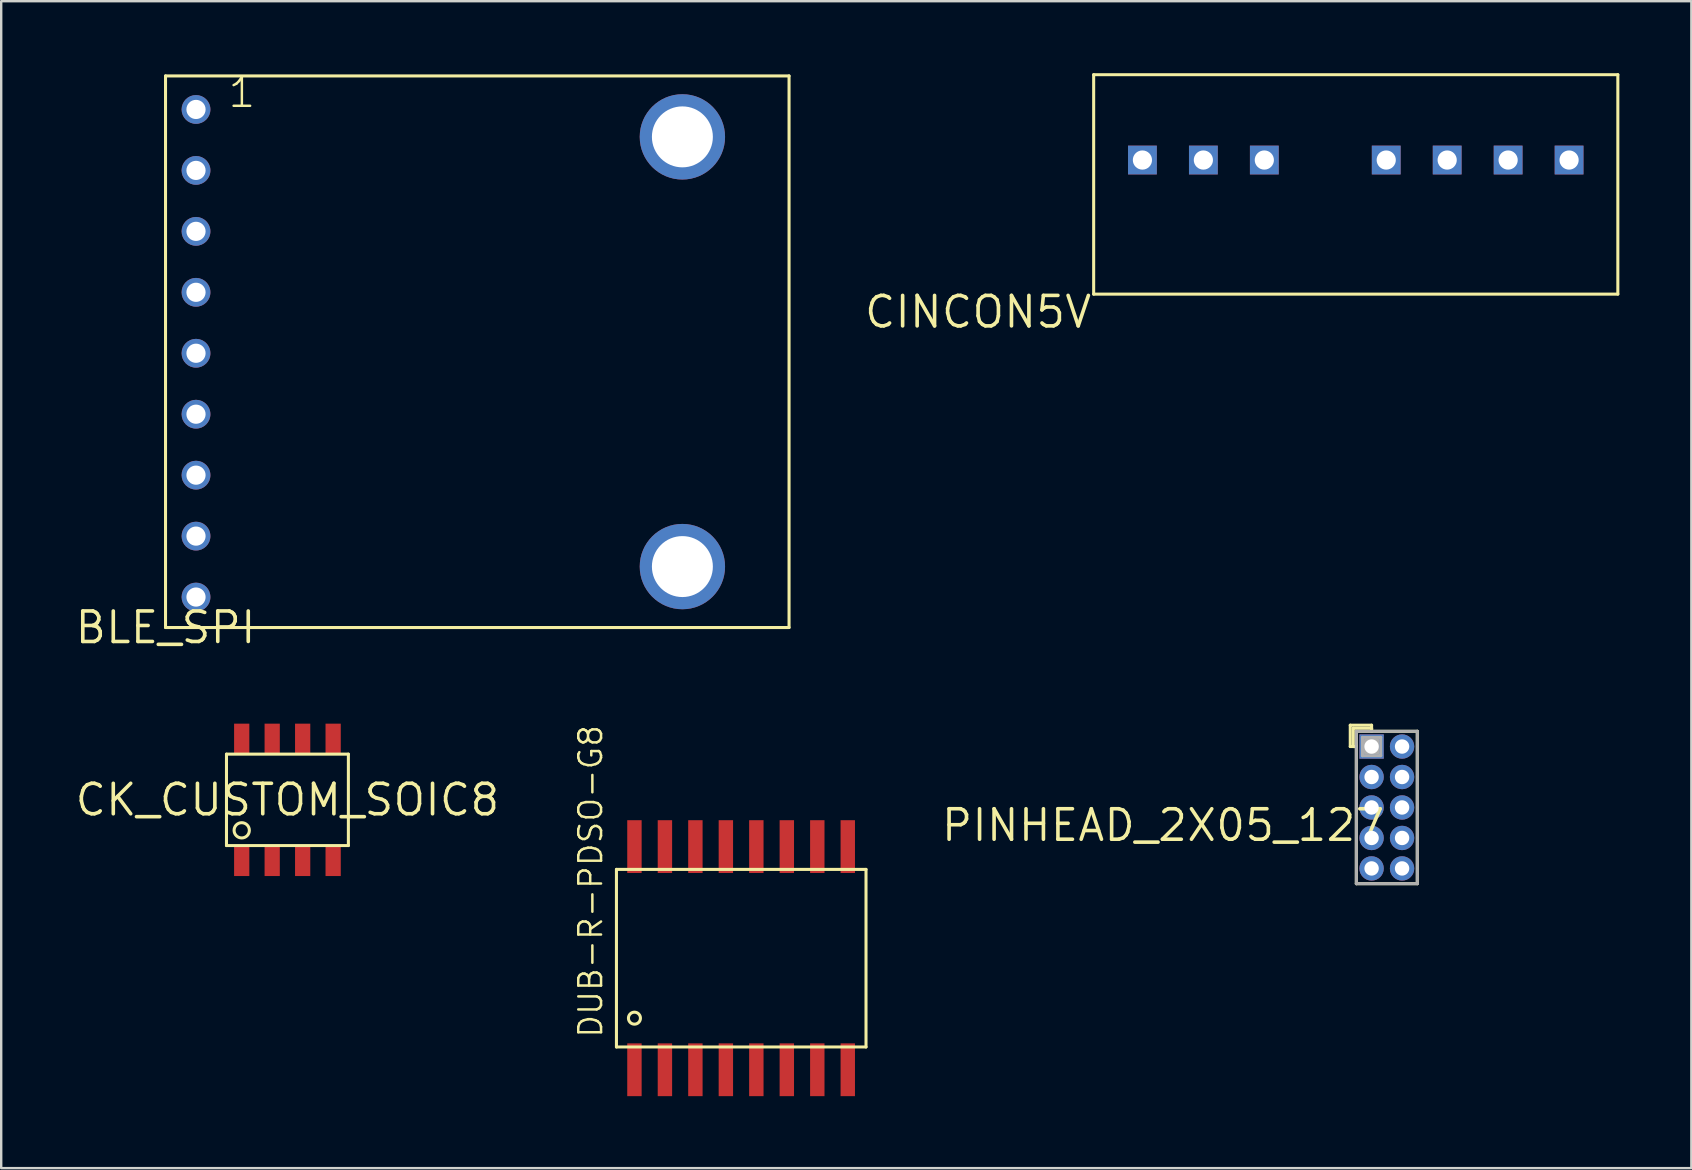
<source format=kicad_pcb>
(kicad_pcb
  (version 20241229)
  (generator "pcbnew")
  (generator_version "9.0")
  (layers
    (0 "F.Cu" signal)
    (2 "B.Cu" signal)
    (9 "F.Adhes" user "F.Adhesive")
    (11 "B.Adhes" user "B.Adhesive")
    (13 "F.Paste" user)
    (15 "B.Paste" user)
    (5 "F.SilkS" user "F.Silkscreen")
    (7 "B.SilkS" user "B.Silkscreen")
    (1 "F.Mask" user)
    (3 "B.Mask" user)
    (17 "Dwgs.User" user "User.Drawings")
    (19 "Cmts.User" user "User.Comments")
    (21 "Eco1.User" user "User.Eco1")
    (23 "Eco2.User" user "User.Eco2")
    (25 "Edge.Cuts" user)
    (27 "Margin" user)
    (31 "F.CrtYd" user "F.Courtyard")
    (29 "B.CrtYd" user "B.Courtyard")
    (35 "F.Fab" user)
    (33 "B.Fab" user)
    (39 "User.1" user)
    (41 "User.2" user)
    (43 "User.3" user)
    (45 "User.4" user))
  (footprint "CINCON5V"
    (layer "F.Cu")
    (at 42.526 9.207)
    (property "Reference" "CINCON5V" (at 0 0 0) (layer "F.SilkS") (effects (font (size 1.27 1.27) (thickness 0.15)) (justify right top)))
    (attr through_hole)
    (fp_line (start 0 -9.144) (end 0 0) (stroke (width 0.127) (type solid)) (layer "F.SilkS"))
    (fp_line (start 0 0) (end 21.844 0) (stroke (width 0.127) (type solid)) (layer "F.SilkS"))
    (fp_line (start 21.844 -9.144) (end 0 -9.144) (stroke (width 0.127) (type solid)) (layer "F.SilkS"))
    (fp_line (start 21.844 0) (end 21.844 -9.144) (stroke (width 0.127) (type solid)) (layer "F.SilkS"))
    (pad "P$1" thru_hole rect (at 2.032 -5.588) (size 1.2 1.2) (drill 0.8) (layers "*.Cu" "*.Mask"))
    (pad "P$2" thru_hole rect (at 4.572 -5.588) (size 1.2 1.2) (drill 0.8) (layers "*.Cu" "*.Mask"))
    (pad "P$3" thru_hole rect (at 7.112 -5.588) (size 1.2 1.2) (drill 0.8) (layers "*.Cu" "*.Mask"))
    (pad "P$4" thru_hole rect (at 12.192 -5.588) (size 1.2 1.2) (drill 0.8) (layers "*.Cu" "*.Mask"))
    (pad "P$5" thru_hole rect (at 14.732 -5.588) (size 1.2 1.2) (drill 0.8) (layers "*.Cu" "*.Mask"))
    (pad "P$6" thru_hole rect (at 17.272 -5.588) (size 1.2 1.2) (drill 0.8) (layers "*.Cu" "*.Mask"))
    (pad "P$7" thru_hole rect (at 19.812 -5.588) (size 1.2 1.2) (drill 0.8) (layers "*.Cu" "*.Mask")))
  (footprint "CK_CUSTOM_SOIC8"
    (layer "F.Cu")
    (at 8.928 30.282)
    (property "Reference" "CK_CUSTOM_SOIC8" (at 0 0 0) (layer "F.SilkS") (effects (font (size 1.27 1.27) (thickness 0.15))))
    (attr through_hole)
    (fp_line (start -2.54 -1.905) (end -2.54 1.905) (stroke (width 0.127) (type solid)) (layer "F.SilkS"))
    (fp_line (start -2.54 1.905) (end 2.54 1.905) (stroke (width 0.127) (type solid)) (layer "F.SilkS"))
    (fp_line (start 2.54 -1.905) (end -2.54 -1.905) (stroke (width 0.127) (type solid)) (layer "F.SilkS"))
    (fp_line (start 2.54 1.905) (end 2.54 -1.905) (stroke (width 0.127) (type solid)) (layer "F.SilkS"))
    (fp_circle (center -1.905 1.27) (end -1.587 1.27) (stroke (width 0.127) (type solid)) (fill no) (layer "F.SilkS"))
    (pad "PIN1" smd rect (at -1.905 2.54 90) (size 1.27 0.635) (layers "F.Cu" "F.Mask" "F.Paste"))
    (pad "PIN2" smd rect (at -0.635 2.54 90) (size 1.27 0.635) (layers "F.Cu" "F.Mask" "F.Paste"))
    (pad "PIN3" smd rect (at 0.635 2.54 90) (size 1.27 0.635) (layers "F.Cu" "F.Mask" "F.Paste"))
    (pad "PIN4" smd rect (at 1.905 2.54 90) (size 1.27 0.635) (layers "F.Cu" "F.Mask" "F.Paste"))
    (pad "PIN5" smd rect (at 1.905 -2.54 90) (size 1.27 0.635) (layers "F.Cu" "F.Mask" "F.Paste"))
    (pad "PIN6" smd rect (at 0.635 -2.54 90) (size 1.27 0.635) (layers "F.Cu" "F.Mask" "F.Paste"))
    (pad "PIN7" smd rect (at -0.635 -2.54 90) (size 1.27 0.635) (layers "F.Cu" "F.Mask" "F.Paste"))
    (pad "PIN8" smd rect (at -1.905 -2.54 90) (size 1.27 0.635) (layers "F.Cu" "F.Mask" "F.Paste")))
  (footprint "PINHEAD_2X05_127"
    (layer "F.Cu")
    (at 54.743 30.6)
    (property "Reference" "PINHEAD_2X05_127" (at 0 0 0) (layer "F.SilkS") (effects (font (size 1.27 1.27) (thickness 0.15)) (justify right top)))
    (attr through_hole)
    (fp_line (start -1.524 -3.429) (end -1.524 -2.54) (stroke (width 0.127) (type solid)) (layer "F.SilkS"))
    (fp_line (start -1.524 -2.54) (end -1.27 -2.54) (stroke (width 0.127) (type solid)) (layer "F.SilkS"))
    (fp_line (start -1.397 -3.302) (end -0.635 -3.302) (stroke (width 0.127) (type solid)) (layer "F.SilkS"))
    (fp_line (start -1.397 -2.54) (end -1.397 -3.302) (stroke (width 0.127) (type solid)) (layer "F.SilkS"))
    (fp_line (start -1.27 -3.175) (end -0.635 -3.175) (stroke (width 0.127) (type solid)) (layer "F.SilkS"))
    (fp_line (start -1.27 -2.54) (end -1.397 -2.54) (stroke (width 0.127) (type solid)) (layer "F.SilkS"))
    (fp_line (start -1.27 -2.54) (end -1.27 -3.175) (stroke (width 0.127) (type solid)) (layer "F.SilkS"))
    (fp_line (start -1.27 3.175) (end -1.27 -2.54) (stroke (width 0.127) (type solid)) (layer "F.SilkS"))
    (fp_line (start -0.635 -3.429) (end -1.524 -3.429) (stroke (width 0.127) (type solid)) (layer "F.SilkS"))
    (fp_line (start -0.635 -3.302) (end -0.635 -3.175) (stroke (width 0.127) (type solid)) (layer "F.SilkS"))
    (fp_line (start -0.635 -3.175) (end -0.635 -3.429) (stroke (width 0.127) (type solid)) (layer "F.SilkS"))
    (fp_line (start -0.635 -3.175) (end 1.27 -3.175) (stroke (width 0.127) (type solid)) (layer "F.SilkS"))
    (fp_line (start 1.27 -3.175) (end 1.27 3.175) (stroke (width 0.127) (type solid)) (layer "F.SilkS"))
    (fp_line (start 1.27 3.175) (end -1.27 3.175) (stroke (width 0.127) (type solid)) (layer "F.SilkS"))
    (fp_line (start -1.27 -3.175) (end 1.27 -3.175) (stroke (width 0.127) (type solid)) (layer "F.Fab"))
    (fp_line (start -1.27 3.175) (end -1.27 -3.175) (stroke (width 0.127) (type solid)) (layer "F.Fab"))
    (fp_line (start -1.016 -2.921) (end -0.254 -2.921) (stroke (width 0.127) (type solid)) (layer "F.Fab"))
    (fp_line (start -1.016 -2.159) (end -1.016 -2.921) (stroke (width 0.127) (type solid)) (layer "F.Fab"))
    (fp_line (start -0.889 -2.794) (end -0.889 -2.286) (stroke (width 0.127) (type solid)) (layer "F.Fab"))
    (fp_line (start -0.889 -2.286) (end -0.381 -2.286) (stroke (width 0.127) (type solid)) (layer "F.Fab"))
    (fp_line (start -0.762 -2.667) (end -0.762 -2.413) (stroke (width 0.127) (type solid)) (layer "F.Fab"))
    (fp_line (start -0.762 -2.413) (end -0.635 -2.413) (stroke (width 0.127) (type solid)) (layer "F.Fab"))
    (fp_line (start -0.635 -2.667) (end -0.635 -2.413) (stroke (width 0.127) (type solid)) (layer "F.Fab"))
    (fp_line (start -0.635 -2.413) (end -0.508 -2.413) (stroke (width 0.127) (type solid)) (layer "F.Fab"))
    (fp_line (start -0.508 -2.667) (end -0.635 -2.667) (stroke (width 0.127) (type solid)) (layer "F.Fab"))
    (fp_line (start -0.508 -2.413) (end -0.508 -2.667) (stroke (width 0.127) (type solid)) (layer "F.Fab"))
    (fp_line (start -0.381 -2.794) (end -0.889 -2.794) (stroke (width 0.127) (type solid)) (layer "F.Fab"))
    (fp_line (start -0.381 -2.286) (end -0.381 -2.794) (stroke (width 0.127) (type solid)) (layer "F.Fab"))
    (fp_line (start -0.254 -2.921) (end -0.254 -2.159) (stroke (width 0.127) (type solid)) (layer "F.Fab"))
    (fp_line (start -0.254 -2.159) (end -1.016 -2.159) (stroke (width 0.127) (type solid)) (layer "F.Fab"))
    (fp_line (start 1.27 -3.175) (end 1.27 3.175) (stroke (width 0.127) (type solid)) (layer "F.Fab"))
    (fp_line (start 1.27 3.175) (end -1.27 3.175) (stroke (width 0.127) (type solid)) (layer "F.Fab"))
    (pad "1" thru_hole rect (at -0.635 -2.54) (size 1.016 1.016) (drill 0.6) (layers "*.Cu" "*.Mask"))
    (pad "2" thru_hole circle (at 0.635 -2.54) (size 1.016 1.016) (drill 0.6) (layers "*.Cu" "*.Mask"))
    (pad "3" thru_hole circle (at -0.635 -1.27) (size 1.016 1.016) (drill 0.6) (layers "*.Cu" "*.Mask"))
    (pad "4" thru_hole circle (at 0.635 -1.27) (size 1.016 1.016) (drill 0.6) (layers "*.Cu" "*.Mask"))
    (pad "5" thru_hole circle (at -0.635 0) (size 1.016 1.016) (drill 0.6) (layers "*.Cu" "*.Mask"))
    (pad "6" thru_hole circle (at 0.635 0) (size 1.016 1.016) (drill 0.6) (layers "*.Cu" "*.Mask"))
    (pad "7" thru_hole circle (at -0.635 1.27) (size 1.016 1.016) (drill 0.6) (layers "*.Cu" "*.Mask"))
    (pad "8" thru_hole circle (at 0.635 1.27) (size 1.016 1.016) (drill 0.6) (layers "*.Cu" "*.Mask"))
    (pad "9" thru_hole circle (at -0.635 2.54) (size 1.016 1.016) (drill 0.6) (layers "*.Cu" "*.Mask"))
    (pad "10" thru_hole circle (at 0.635 2.54) (size 1.016 1.016) (drill 0.6) (layers "*.Cu" "*.Mask")))
  (footprint "DUB-R-PDSO-G8"
    (layer "F.Cu")
    (at 27.834 36.88)
    (property "Reference" "DUB-R-PDSO-G8" (at -5.715 3.38 270) (layer "F.SilkS") (effects (font (size 0.95 0.95) (thickness 0.104)) (justify left bottom)))
    (attr through_hole)
    (fp_line (start -5.195 -3.7) (end -5.195 3.7) (stroke (width 0.127) (type solid)) (layer "F.SilkS"))
    (fp_line (start -5.195 3.7) (end 5.205 3.7) (stroke (width 0.127) (type solid)) (layer "F.SilkS"))
    (fp_line (start 5.205 -3.7) (end -5.195 -3.7) (stroke (width 0.127) (type solid)) (layer "F.SilkS"))
    (fp_line (start 5.205 3.7) (end 5.205 -3.7) (stroke (width 0.127) (type solid)) (layer "F.SilkS"))
    (fp_circle (center -4.445 2.5) (end -4.195 2.5) (stroke (width 0.127) (type solid)) (fill no) (layer "F.SilkS"))
    (pad "1" smd rect (at -4.445 4.65) (size 0.6 2.2) (layers "F.Cu" "F.Mask" "F.Paste"))
    (pad "2" smd rect (at -3.175 4.65) (size 0.6 2.2) (layers "F.Cu" "F.Mask" "F.Paste"))
    (pad "3" smd rect (at -1.905 4.65) (size 0.6 2.2) (layers "F.Cu" "F.Mask" "F.Paste"))
    (pad "4" smd rect (at -0.635 4.65) (size 0.6 2.2) (layers "F.Cu" "F.Mask" "F.Paste"))
    (pad "5" smd rect (at 0.635 4.65) (size 0.6 2.2) (layers "F.Cu" "F.Mask" "F.Paste"))
    (pad "6" smd rect (at 1.905 4.65) (size 0.6 2.2) (layers "F.Cu" "F.Mask" "F.Paste"))
    (pad "7" smd rect (at 3.175 4.65) (size 0.6 2.2) (layers "F.Cu" "F.Mask" "F.Paste"))
    (pad "8" smd rect (at 4.445 4.65) (size 0.6 2.2) (layers "F.Cu" "F.Mask" "F.Paste"))
    (pad "9" smd rect (at -4.445 -4.65) (size 0.6 2.2) (layers "F.Cu" "F.Mask" "F.Paste"))
    (pad "10" smd rect (at -3.175 -4.65) (size 0.6 2.2) (layers "F.Cu" "F.Mask" "F.Paste"))
    (pad "11" smd rect (at -1.905 -4.65) (size 0.6 2.2) (layers "F.Cu" "F.Mask" "F.Paste"))
    (pad "12" smd rect (at -0.635 -4.65) (size 0.6 2.2) (layers "F.Cu" "F.Mask" "F.Paste"))
    (pad "13" smd rect (at 0.635 -4.65) (size 0.6 2.2) (layers "F.Cu" "F.Mask" "F.Paste"))
    (pad "14" smd rect (at 1.905 -4.65) (size 0.6 2.2) (layers "F.Cu" "F.Mask" "F.Paste"))
    (pad "15" smd rect (at 3.175 -4.65) (size 0.6 2.2) (layers "F.Cu" "F.Mask" "F.Paste"))
    (pad "16" smd rect (at 4.445 -4.65) (size 0.6 2.2) (layers "F.Cu" "F.Mask" "F.Paste")))
  (footprint "BLE_SPI"
    (layer "F.Cu")
    (at 3.848 23.101)
    (property "Reference" "BLE_SPI" (at 0 0 0) (layer "F.SilkS") (effects (font (size 1.27 1.27) (thickness 0.15))))
    (attr through_hole)
    (fp_line (start 0 -22.987) (end 0 0) (stroke (width 0.127) (type solid)) (layer "F.SilkS"))
    (fp_line (start 0 0) (end 25.984 0) (stroke (width 0.127) (type solid)) (layer "F.SilkS"))
    (fp_line (start 25.984 -22.987) (end 0 -22.987) (stroke (width 0.127) (type solid)) (layer "F.SilkS"))
    (fp_line (start 25.984 0) (end 25.984 -22.987) (stroke (width 0.127) (type solid)) (layer "F.SilkS"))
    (fp_text user "1" (at 2.54 -21.59 0) (layer "F.SilkS") (effects (font (size 1.206 1.206) (thickness 0.102)) (justify left bottom)))
    (pad "P$1" thru_hole circle (at 1.27 -21.59) (size 1.2 1.2) (drill 0.8) (layers "*.Cu" "*.Mask"))
    (pad "P$2" thru_hole circle (at 1.27 -19.05) (size 1.2 1.2) (drill 0.8) (layers "*.Cu" "*.Mask"))
    (pad "P$3" thru_hole circle (at 1.27 -16.51) (size 1.2 1.2) (drill 0.8) (layers "*.Cu" "*.Mask"))
    (pad "P$4" thru_hole circle (at 1.27 -13.97) (size 1.2 1.2) (drill 0.8) (layers "*.Cu" "*.Mask"))
    (pad "P$5" thru_hole circle (at 1.27 -11.43) (size 1.2 1.2) (drill 0.8) (layers "*.Cu" "*.Mask"))
    (pad "P$6" thru_hole circle (at 1.27 -8.89) (size 1.2 1.2) (drill 0.8) (layers "*.Cu" "*.Mask"))
    (pad "P$7" thru_hole circle (at 1.27 -6.35) (size 1.2 1.2) (drill 0.8) (layers "*.Cu" "*.Mask"))
    (pad "P$8" thru_hole circle (at 1.27 -3.81) (size 1.2 1.2) (drill 0.8) (layers "*.Cu" "*.Mask"))
    (pad "P$9" thru_hole circle (at 1.27 -1.27) (size 1.2 1.2) (drill 0.8) (layers "*.Cu" "*.Mask"))
    (pad "P$10" thru_hole circle (at 21.539 -20.447) (size 3.556 3.556) (drill 2.54) (layers "*.Cu" "*.Mask"))
    (pad "P$11" thru_hole circle (at 21.539 -2.54) (size 3.556 3.556) (drill 2.54) (layers "*.Cu" "*.Mask")))
  (gr_rect
    (start -3 -3)
    (end 67.433 45.63)
    (stroke (width 0.1) (type default))
    (fill no)
    (layer "Edge.Cuts")))
</source>
